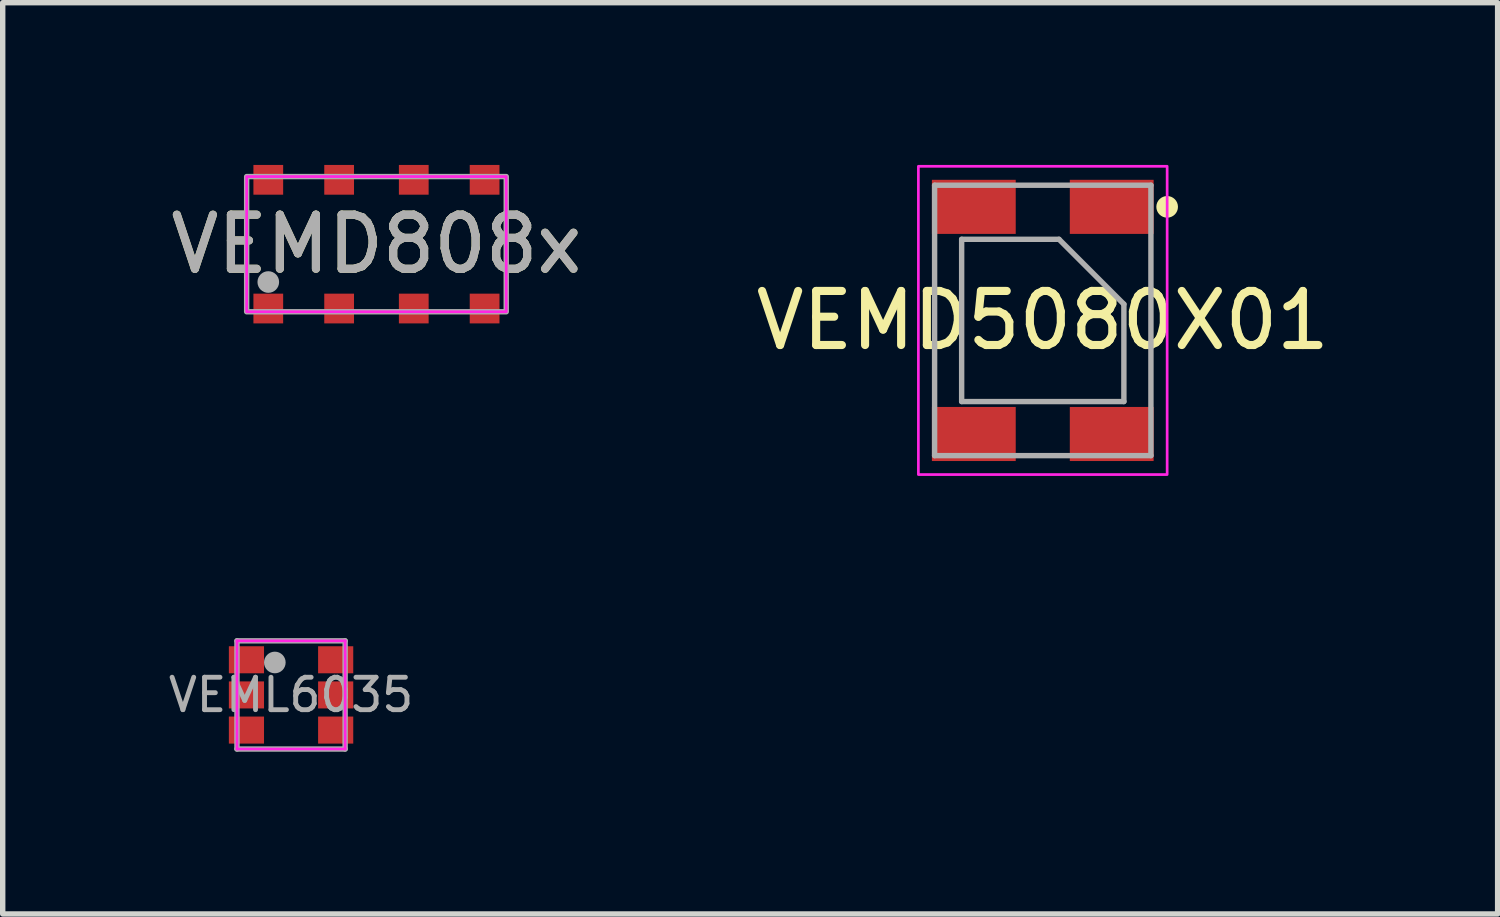
<source format=kicad_pcb>
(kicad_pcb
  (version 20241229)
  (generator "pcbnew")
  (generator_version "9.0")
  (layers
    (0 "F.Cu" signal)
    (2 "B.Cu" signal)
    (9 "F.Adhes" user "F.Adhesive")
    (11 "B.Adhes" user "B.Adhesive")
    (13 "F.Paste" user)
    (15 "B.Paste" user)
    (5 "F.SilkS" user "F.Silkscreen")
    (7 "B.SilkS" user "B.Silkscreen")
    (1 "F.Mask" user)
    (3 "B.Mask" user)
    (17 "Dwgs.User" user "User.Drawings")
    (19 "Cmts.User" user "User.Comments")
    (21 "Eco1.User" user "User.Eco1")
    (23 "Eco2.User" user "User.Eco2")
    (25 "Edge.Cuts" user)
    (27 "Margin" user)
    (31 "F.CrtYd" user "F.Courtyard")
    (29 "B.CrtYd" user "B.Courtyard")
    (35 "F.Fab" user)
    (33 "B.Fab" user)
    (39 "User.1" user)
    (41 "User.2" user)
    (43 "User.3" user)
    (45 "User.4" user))
  (footprint "VEMD5080X01"
    (layer "F.Cu")
    (at 16.232 2.875)
    (property "Reference" "VEMD5080X01" (at 0 0 0) (layer "F.SilkS") (effects (font (size 1 1) (thickness 0.15))))
    (attr smd)
    (fp_circle (center 2.3 -2.1) (end 2.4 -2.1) (stroke (width 0.2) (type default)) (fill no) (layer "F.SilkS"))
    (fp_rect (start -2.3 -2.85) (end 2.3 2.85) (stroke (width 0.05) (type default)) (fill no) (layer "F.CrtYd"))
    (fp_line (start -2 -2.5) (end 2 -2.5) (stroke (width 0.1) (type solid)) (layer "F.Fab"))
    (fp_line (start -2 2.5) (end -2 -2.5) (stroke (width 0.1) (type solid)) (layer "F.Fab"))
    (fp_line (start -1.5 -1.5) (end 0.3 -1.5) (stroke (width 0.1) (type default)) (layer "F.Fab"))
    (fp_line (start -1.5 1.5) (end -1.5 -1.5) (stroke (width 0.1) (type default)) (layer "F.Fab"))
    (fp_line (start -1.5 1.5) (end 1.5 1.5) (stroke (width 0.1) (type default)) (layer "F.Fab"))
    (fp_line (start 0.3 -1.5) (end 1.5 -0.3) (stroke (width 0.1) (type default)) (layer "F.Fab"))
    (fp_line (start 1.5 1.5) (end 1.5 -0.3) (stroke (width 0.1) (type default)) (layer "F.Fab"))
    (fp_line (start 2 -2.5) (end 2 2.5) (stroke (width 0.1) (type solid)) (layer "F.Fab"))
    (fp_line (start 2 2.5) (end -2 2.5) (stroke (width 0.1) (type solid)) (layer "F.Fab"))
    (pad "1" smd rect (at -1.275 -2.1) (size 1.55 1) (layers "F.Cu" "F.Mask" "F.Paste"))
    (pad "1" smd rect (at 1.275 -2.1) (size 1.55 1) (layers "F.Cu" "F.Mask" "F.Paste"))
    (pad "2" smd rect (at -1.275 2.1) (size 1.55 1) (layers "F.Cu" "F.Mask" "F.Paste"))
    (pad "NC" smd rect (at 1.275 2.1) (size 1.55 1) (layers "F.Cu" "F.Mask" "F.Paste")))
  (footprint "VEML6035"
    (layer "F.Cu")
    (at 2.332 9.8)
    (property "Reference" "VEML6035" (at 0 0 0) (unlocked yes) (layer "F.SilkS") (effects (font (size 0.6 0.6) (thickness 0.06))))
    (attr smd)
    (fp_line (start -1 -1) (end 1 -1) (stroke (width 0.05) (type default)) (layer "F.CrtYd"))
    (fp_line (start -1 1) (end -1 -1) (stroke (width 0.05) (type default)) (layer "F.CrtYd"))
    (fp_line (start 1 -1) (end 1 1) (stroke (width 0.05) (type default)) (layer "F.CrtYd"))
    (fp_line (start 1 1) (end -1 1) (stroke (width 0.05) (type default)) (layer "F.CrtYd"))
    (fp_line (start -1 -1) (end 1 -1) (stroke (width 0.1) (type default)) (layer "F.Fab"))
    (fp_line (start -1 1) (end -1 -1) (stroke (width 0.1) (type default)) (layer "F.Fab"))
    (fp_line (start 1 -1) (end 1 1) (stroke (width 0.1) (type default)) (layer "F.Fab"))
    (fp_line (start 1 1) (end -1 1) (stroke (width 0.1) (type default)) (layer "F.Fab"))
    (fp_circle (center -0.3 -0.6) (end -0.2 -0.6) (stroke (width 0.2) (type default)) (fill no) (layer "F.Fab"))
    (fp_text user "${REFERENCE}" (at 0 0 0) (unlocked yes) (layer "F.Fab") (effects (font (size 0.6 0.6) (thickness 0.09))))
    (pad "1" smd rect (at -0.825 -0.65) (size 0.65 0.5) (layers "F.Cu" "F.Mask" "F.Paste"))
    (pad "2" smd rect (at -0.825 0) (size 0.65 0.5) (layers "F.Cu" "F.Mask" "F.Paste"))
    (pad "3" smd rect (at -0.825 0.65) (size 0.65 0.5) (layers "F.Cu" "F.Mask" "F.Paste"))
    (pad "4" smd rect (at 0.825 0.65) (size 0.65 0.5) (layers "F.Cu" "F.Mask" "F.Paste"))
    (pad "5" smd rect (at 0.825 0) (size 0.65 0.5) (layers "F.Cu" "F.Mask" "F.Paste"))
    (pad "6" smd rect (at 0.825 -0.65) (size 0.65 0.5) (layers "F.Cu" "F.Mask" "F.Paste")))
  (footprint "VEMD808x"
    (layer "F.Cu")
    (at 3.911 1.465)
    (property "Reference" "VEMD808x" (at 0 0 0) (unlocked yes) (layer "F.SilkS") (effects (font (size 1 1) (thickness 0.15))))
    (attr smd)
    (fp_rect (start -2.4 -1.25) (end 2.4 1.25) (stroke (width 0.05) (type solid)) (fill no) (layer "F.CrtYd"))
    (fp_rect (start -2.4 -1.25) (end 2.4 1.25) (stroke (width 0.1) (type solid)) (fill no) (layer "F.Fab"))
    (fp_circle (center -2 0.7) (end -1.9 0.7) (stroke (width 0.2) (type solid)) (fill no) (layer "F.Fab"))
    (fp_text user "${REFERENCE}" (at 0 0 0) (unlocked yes) (layer "F.Fab") (effects (font (size 1 1) (thickness 0.15))))
    (pad "1" smd rect (at -2 -1.19) (size 0.55 0.55) (layers "F.Cu" "F.Mask" "F.Paste"))
    (pad "1" smd rect (at -2 1.19) (size 0.55 0.55) (layers "F.Cu" "F.Mask" "F.Paste"))
    (pad "1" smd rect (at -0.69 -1.19) (size 0.55 0.55) (layers "F.Cu" "F.Mask" "F.Paste"))
    (pad "1" smd rect (at -0.69 1.19) (size 0.55 0.55) (layers "F.Cu" "F.Mask" "F.Paste"))
    (pad "1" smd rect (at 0.69 -1.19) (size 0.55 0.55) (layers "F.Cu" "F.Mask" "F.Paste"))
    (pad "1" smd rect (at 0.69 1.19) (size 0.55 0.55) (layers "F.Cu" "F.Mask" "F.Paste"))
    (pad "1" smd rect (at 2 1.19) (size 0.55 0.55) (layers "F.Cu" "F.Mask" "F.Paste"))
    (pad "2" smd rect (at 2 -1.19) (size 0.55 0.55) (layers "F.Cu" "F.Mask" "F.Paste")))
  (gr_rect
    (start -3 -3)
    (end 24.643 13.85)
    (stroke (width 0.1) (type default))
    (fill no)
    (layer "Edge.Cuts")))
</source>
